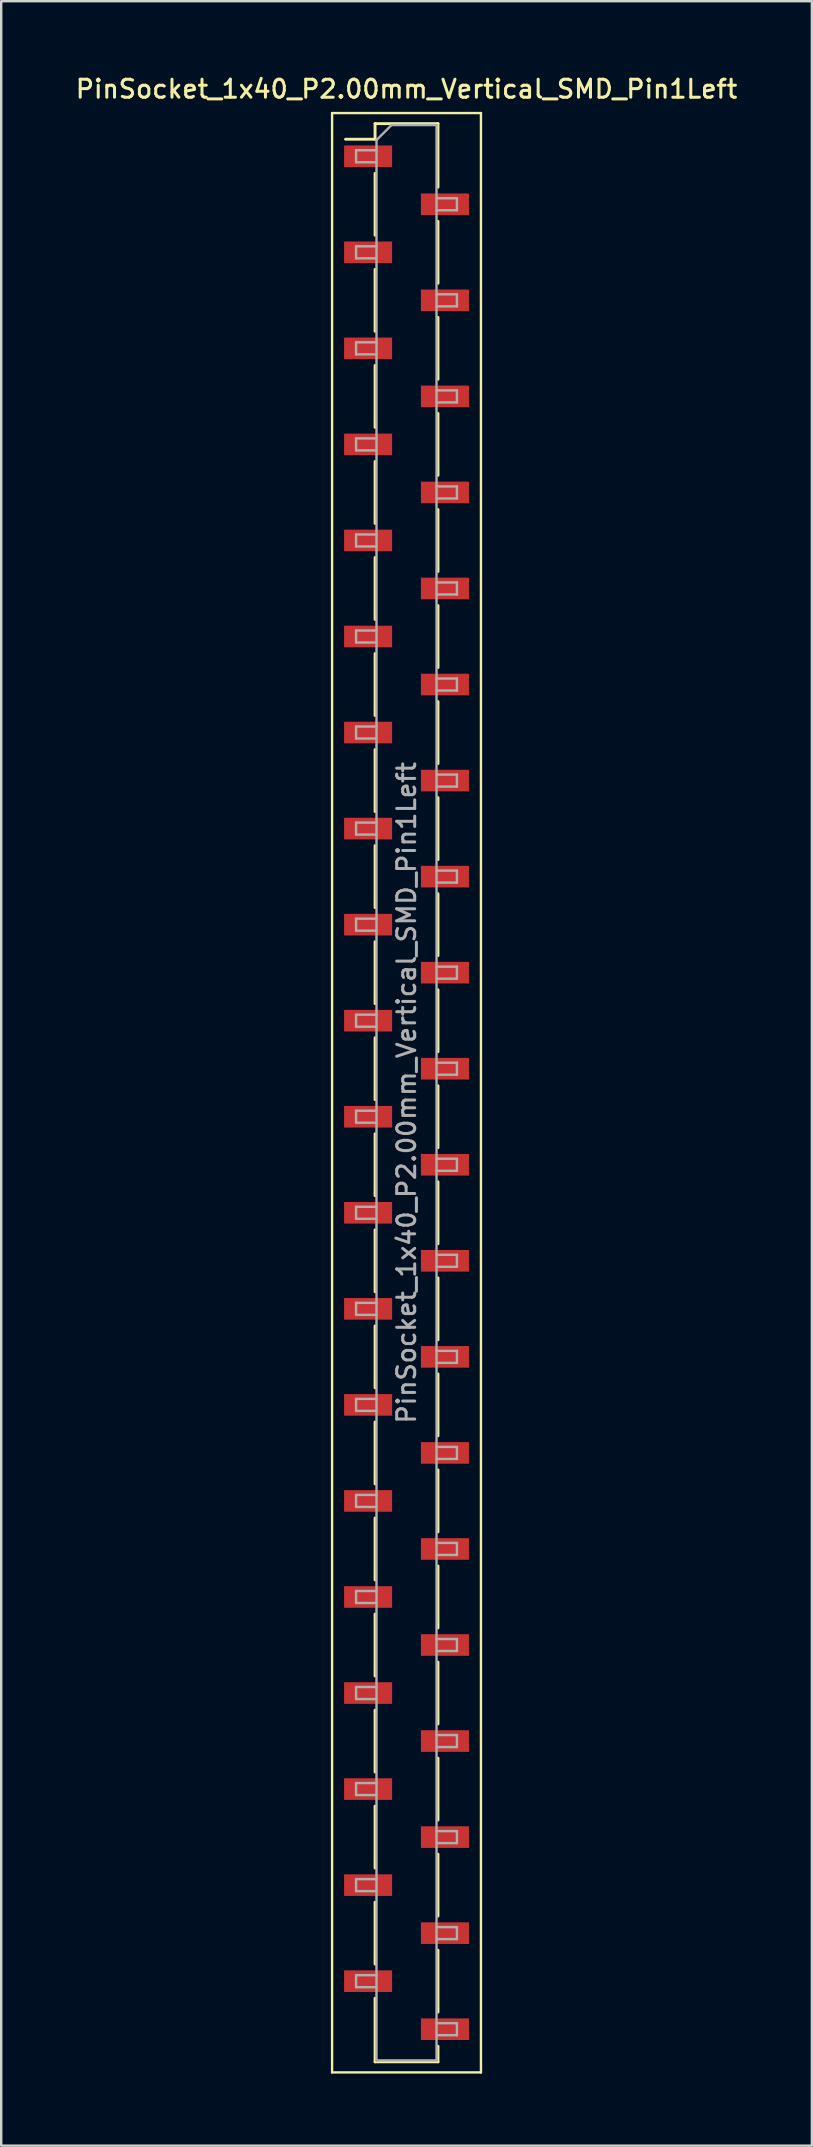
<source format=kicad_pcb>
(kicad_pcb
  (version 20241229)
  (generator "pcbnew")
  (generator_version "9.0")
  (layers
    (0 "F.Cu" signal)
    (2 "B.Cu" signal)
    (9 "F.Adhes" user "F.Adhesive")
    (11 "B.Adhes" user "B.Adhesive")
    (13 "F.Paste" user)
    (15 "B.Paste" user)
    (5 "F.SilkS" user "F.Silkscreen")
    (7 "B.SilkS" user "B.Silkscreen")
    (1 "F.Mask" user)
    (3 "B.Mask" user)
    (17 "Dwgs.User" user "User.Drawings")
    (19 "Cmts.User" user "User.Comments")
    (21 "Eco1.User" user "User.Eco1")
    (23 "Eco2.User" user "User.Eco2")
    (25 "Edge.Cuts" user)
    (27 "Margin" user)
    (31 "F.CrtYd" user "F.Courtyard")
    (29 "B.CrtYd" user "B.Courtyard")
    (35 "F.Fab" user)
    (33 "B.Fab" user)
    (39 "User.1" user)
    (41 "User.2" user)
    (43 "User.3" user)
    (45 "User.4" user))
  (footprint "PinSocket_1x40_P2.00mm_Vertical_SMD_Pin1Left"
    (layer "F.Cu")
    (at 13.88 42.458)
    (property "Reference" "PinSocket_1x40_P2.00mm_Vertical_SMD_Pin1Left" (at 0 -41.8 0) (layer "F.SilkS") (effects (font (size 0.75 0.75) (thickness 0.125))))
    (attr smd)
    (fp_line (start -3.1 -40.8) (end 3.1 -40.8) (stroke (width 0.1) (type solid)) (layer "F.SilkS"))
    (fp_line (start -3.1 40.8) (end -3.1 -40.8) (stroke (width 0.1) (type solid)) (layer "F.SilkS"))
    (fp_line (start -2.54 -39.71) (end -1.31 -39.71) (stroke (width 0.12) (type solid)) (layer "F.SilkS"))
    (fp_line (start -1.31 -40.36) (end -1.31 -39.71) (stroke (width 0.12) (type solid)) (layer "F.SilkS"))
    (fp_line (start -1.31 -40.36) (end 1.31 -40.36) (stroke (width 0.12) (type solid)) (layer "F.SilkS"))
    (fp_line (start -1.31 -38.29) (end -1.31 -35.71) (stroke (width 0.12) (type solid)) (layer "F.SilkS"))
    (fp_line (start -1.31 -34.29) (end -1.31 -31.71) (stroke (width 0.12) (type solid)) (layer "F.SilkS"))
    (fp_line (start -1.31 -30.29) (end -1.31 -27.71) (stroke (width 0.12) (type solid)) (layer "F.SilkS"))
    (fp_line (start -1.31 -26.29) (end -1.31 -23.71) (stroke (width 0.12) (type solid)) (layer "F.SilkS"))
    (fp_line (start -1.31 -22.29) (end -1.31 -19.71) (stroke (width 0.12) (type solid)) (layer "F.SilkS"))
    (fp_line (start -1.31 -18.29) (end -1.31 -15.71) (stroke (width 0.12) (type solid)) (layer "F.SilkS"))
    (fp_line (start -1.31 -14.29) (end -1.31 -11.71) (stroke (width 0.12) (type solid)) (layer "F.SilkS"))
    (fp_line (start -1.31 -10.29) (end -1.31 -7.71) (stroke (width 0.12) (type solid)) (layer "F.SilkS"))
    (fp_line (start -1.31 -6.29) (end -1.31 -3.71) (stroke (width 0.12) (type solid)) (layer "F.SilkS"))
    (fp_line (start -1.31 -2.29) (end -1.31 0.29) (stroke (width 0.12) (type solid)) (layer "F.SilkS"))
    (fp_line (start -1.31 1.71) (end -1.31 4.29) (stroke (width 0.12) (type solid)) (layer "F.SilkS"))
    (fp_line (start -1.31 5.71) (end -1.31 8.29) (stroke (width 0.12) (type solid)) (layer "F.SilkS"))
    (fp_line (start -1.31 9.71) (end -1.31 12.29) (stroke (width 0.12) (type solid)) (layer "F.SilkS"))
    (fp_line (start -1.31 13.71) (end -1.31 16.29) (stroke (width 0.12) (type solid)) (layer "F.SilkS"))
    (fp_line (start -1.31 17.71) (end -1.31 20.29) (stroke (width 0.12) (type solid)) (layer "F.SilkS"))
    (fp_line (start -1.31 21.71) (end -1.31 24.29) (stroke (width 0.12) (type solid)) (layer "F.SilkS"))
    (fp_line (start -1.31 25.71) (end -1.31 28.29) (stroke (width 0.12) (type solid)) (layer "F.SilkS"))
    (fp_line (start -1.31 29.71) (end -1.31 32.29) (stroke (width 0.12) (type solid)) (layer "F.SilkS"))
    (fp_line (start -1.31 33.71) (end -1.31 36.29) (stroke (width 0.12) (type solid)) (layer "F.SilkS"))
    (fp_line (start -1.31 37.71) (end -1.31 40.36) (stroke (width 0.12) (type solid)) (layer "F.SilkS"))
    (fp_line (start -1.31 40.36) (end 1.31 40.36) (stroke (width 0.12) (type solid)) (layer "F.SilkS"))
    (fp_line (start 1.31 -40.36) (end 1.31 -37.71) (stroke (width 0.12) (type solid)) (layer "F.SilkS"))
    (fp_line (start 1.31 -36.29) (end 1.31 -33.71) (stroke (width 0.12) (type solid)) (layer "F.SilkS"))
    (fp_line (start 1.31 -32.29) (end 1.31 -29.71) (stroke (width 0.12) (type solid)) (layer "F.SilkS"))
    (fp_line (start 1.31 -28.29) (end 1.31 -25.71) (stroke (width 0.12) (type solid)) (layer "F.SilkS"))
    (fp_line (start 1.31 -24.29) (end 1.31 -21.71) (stroke (width 0.12) (type solid)) (layer "F.SilkS"))
    (fp_line (start 1.31 -20.29) (end 1.31 -17.71) (stroke (width 0.12) (type solid)) (layer "F.SilkS"))
    (fp_line (start 1.31 -16.29) (end 1.31 -13.71) (stroke (width 0.12) (type solid)) (layer "F.SilkS"))
    (fp_line (start 1.31 -12.29) (end 1.31 -9.71) (stroke (width 0.12) (type solid)) (layer "F.SilkS"))
    (fp_line (start 1.31 -8.29) (end 1.31 -5.71) (stroke (width 0.12) (type solid)) (layer "F.SilkS"))
    (fp_line (start 1.31 -4.29) (end 1.31 -1.71) (stroke (width 0.12) (type solid)) (layer "F.SilkS"))
    (fp_line (start 1.31 -0.29) (end 1.31 2.29) (stroke (width 0.12) (type solid)) (layer "F.SilkS"))
    (fp_line (start 1.31 3.71) (end 1.31 6.29) (stroke (width 0.12) (type solid)) (layer "F.SilkS"))
    (fp_line (start 1.31 7.71) (end 1.31 10.29) (stroke (width 0.12) (type solid)) (layer "F.SilkS"))
    (fp_line (start 1.31 11.71) (end 1.31 14.29) (stroke (width 0.12) (type solid)) (layer "F.SilkS"))
    (fp_line (start 1.31 15.71) (end 1.31 18.29) (stroke (width 0.12) (type solid)) (layer "F.SilkS"))
    (fp_line (start 1.31 19.71) (end 1.31 22.29) (stroke (width 0.12) (type solid)) (layer "F.SilkS"))
    (fp_line (start 1.31 23.71) (end 1.31 26.29) (stroke (width 0.12) (type solid)) (layer "F.SilkS"))
    (fp_line (start 1.31 27.71) (end 1.31 30.29) (stroke (width 0.12) (type solid)) (layer "F.SilkS"))
    (fp_line (start 1.31 31.71) (end 1.31 34.29) (stroke (width 0.12) (type solid)) (layer "F.SilkS"))
    (fp_line (start 1.31 35.71) (end 1.31 38.29) (stroke (width 0.12) (type solid)) (layer "F.SilkS"))
    (fp_line (start 1.31 39.71) (end 1.31 40.36) (stroke (width 0.12) (type solid)) (layer "F.SilkS"))
    (fp_line (start 3.1 -40.8) (end 3.1 40.8) (stroke (width 0.1) (type solid)) (layer "F.SilkS"))
    (fp_line (start 3.1 40.8) (end -3.1 40.8) (stroke (width 0.1) (type solid)) (layer "F.SilkS"))
    (fp_line (start -2.1 -39.25) (end -1.25 -39.25) (stroke (width 0.1) (type solid)) (layer "F.Fab"))
    (fp_line (start -2.1 -38.75) (end -2.1 -39.25) (stroke (width 0.1) (type solid)) (layer "F.Fab"))
    (fp_line (start -2.1 -35.25) (end -1.25 -35.25) (stroke (width 0.1) (type solid)) (layer "F.Fab"))
    (fp_line (start -2.1 -34.75) (end -2.1 -35.25) (stroke (width 0.1) (type solid)) (layer "F.Fab"))
    (fp_line (start -2.1 -31.25) (end -1.25 -31.25) (stroke (width 0.1) (type solid)) (layer "F.Fab"))
    (fp_line (start -2.1 -30.75) (end -2.1 -31.25) (stroke (width 0.1) (type solid)) (layer "F.Fab"))
    (fp_line (start -2.1 -27.25) (end -1.25 -27.25) (stroke (width 0.1) (type solid)) (layer "F.Fab"))
    (fp_line (start -2.1 -26.75) (end -2.1 -27.25) (stroke (width 0.1) (type solid)) (layer "F.Fab"))
    (fp_line (start -2.1 -23.25) (end -1.25 -23.25) (stroke (width 0.1) (type solid)) (layer "F.Fab"))
    (fp_line (start -2.1 -22.75) (end -2.1 -23.25) (stroke (width 0.1) (type solid)) (layer "F.Fab"))
    (fp_line (start -2.1 -19.25) (end -1.25 -19.25) (stroke (width 0.1) (type solid)) (layer "F.Fab"))
    (fp_line (start -2.1 -18.75) (end -2.1 -19.25) (stroke (width 0.1) (type solid)) (layer "F.Fab"))
    (fp_line (start -2.1 -15.25) (end -1.25 -15.25) (stroke (width 0.1) (type solid)) (layer "F.Fab"))
    (fp_line (start -2.1 -14.75) (end -2.1 -15.25) (stroke (width 0.1) (type solid)) (layer "F.Fab"))
    (fp_line (start -2.1 -11.25) (end -1.25 -11.25) (stroke (width 0.1) (type solid)) (layer "F.Fab"))
    (fp_line (start -2.1 -10.75) (end -2.1 -11.25) (stroke (width 0.1) (type solid)) (layer "F.Fab"))
    (fp_line (start -2.1 -7.25) (end -1.25 -7.25) (stroke (width 0.1) (type solid)) (layer "F.Fab"))
    (fp_line (start -2.1 -6.75) (end -2.1 -7.25) (stroke (width 0.1) (type solid)) (layer "F.Fab"))
    (fp_line (start -2.1 -3.25) (end -1.25 -3.25) (stroke (width 0.1) (type solid)) (layer "F.Fab"))
    (fp_line (start -2.1 -2.75) (end -2.1 -3.25) (stroke (width 0.1) (type solid)) (layer "F.Fab"))
    (fp_line (start -2.1 0.75) (end -1.25 0.75) (stroke (width 0.1) (type solid)) (layer "F.Fab"))
    (fp_line (start -2.1 1.25) (end -2.1 0.75) (stroke (width 0.1) (type solid)) (layer "F.Fab"))
    (fp_line (start -2.1 4.75) (end -1.25 4.75) (stroke (width 0.1) (type solid)) (layer "F.Fab"))
    (fp_line (start -2.1 5.25) (end -2.1 4.75) (stroke (width 0.1) (type solid)) (layer "F.Fab"))
    (fp_line (start -2.1 8.75) (end -1.25 8.75) (stroke (width 0.1) (type solid)) (layer "F.Fab"))
    (fp_line (start -2.1 9.25) (end -2.1 8.75) (stroke (width 0.1) (type solid)) (layer "F.Fab"))
    (fp_line (start -2.1 12.75) (end -1.25 12.75) (stroke (width 0.1) (type solid)) (layer "F.Fab"))
    (fp_line (start -2.1 13.25) (end -2.1 12.75) (stroke (width 0.1) (type solid)) (layer "F.Fab"))
    (fp_line (start -2.1 16.75) (end -1.25 16.75) (stroke (width 0.1) (type solid)) (layer "F.Fab"))
    (fp_line (start -2.1 17.25) (end -2.1 16.75) (stroke (width 0.1) (type solid)) (layer "F.Fab"))
    (fp_line (start -2.1 20.75) (end -1.25 20.75) (stroke (width 0.1) (type solid)) (layer "F.Fab"))
    (fp_line (start -2.1 21.25) (end -2.1 20.75) (stroke (width 0.1) (type solid)) (layer "F.Fab"))
    (fp_line (start -2.1 24.75) (end -1.25 24.75) (stroke (width 0.1) (type solid)) (layer "F.Fab"))
    (fp_line (start -2.1 25.25) (end -2.1 24.75) (stroke (width 0.1) (type solid)) (layer "F.Fab"))
    (fp_line (start -2.1 28.75) (end -1.25 28.75) (stroke (width 0.1) (type solid)) (layer "F.Fab"))
    (fp_line (start -2.1 29.25) (end -2.1 28.75) (stroke (width 0.1) (type solid)) (layer "F.Fab"))
    (fp_line (start -2.1 32.75) (end -1.25 32.75) (stroke (width 0.1) (type solid)) (layer "F.Fab"))
    (fp_line (start -2.1 33.25) (end -2.1 32.75) (stroke (width 0.1) (type solid)) (layer "F.Fab"))
    (fp_line (start -2.1 36.75) (end -1.25 36.75) (stroke (width 0.1) (type solid)) (layer "F.Fab"))
    (fp_line (start -2.1 37.25) (end -2.1 36.75) (stroke (width 0.1) (type solid)) (layer "F.Fab"))
    (fp_line (start -1.25 -39.675) (end -0.625 -40.3) (stroke (width 0.1) (type solid)) (layer "F.Fab"))
    (fp_line (start -1.25 -38.75) (end -2.1 -38.75) (stroke (width 0.1) (type solid)) (layer "F.Fab"))
    (fp_line (start -1.25 -34.75) (end -2.1 -34.75) (stroke (width 0.1) (type solid)) (layer "F.Fab"))
    (fp_line (start -1.25 -30.75) (end -2.1 -30.75) (stroke (width 0.1) (type solid)) (layer "F.Fab"))
    (fp_line (start -1.25 -26.75) (end -2.1 -26.75) (stroke (width 0.1) (type solid)) (layer "F.Fab"))
    (fp_line (start -1.25 -22.75) (end -2.1 -22.75) (stroke (width 0.1) (type solid)) (layer "F.Fab"))
    (fp_line (start -1.25 -18.75) (end -2.1 -18.75) (stroke (width 0.1) (type solid)) (layer "F.Fab"))
    (fp_line (start -1.25 -14.75) (end -2.1 -14.75) (stroke (width 0.1) (type solid)) (layer "F.Fab"))
    (fp_line (start -1.25 -10.75) (end -2.1 -10.75) (stroke (width 0.1) (type solid)) (layer "F.Fab"))
    (fp_line (start -1.25 -6.75) (end -2.1 -6.75) (stroke (width 0.1) (type solid)) (layer "F.Fab"))
    (fp_line (start -1.25 -2.75) (end -2.1 -2.75) (stroke (width 0.1) (type solid)) (layer "F.Fab"))
    (fp_line (start -1.25 1.25) (end -2.1 1.25) (stroke (width 0.1) (type solid)) (layer "F.Fab"))
    (fp_line (start -1.25 5.25) (end -2.1 5.25) (stroke (width 0.1) (type solid)) (layer "F.Fab"))
    (fp_line (start -1.25 9.25) (end -2.1 9.25) (stroke (width 0.1) (type solid)) (layer "F.Fab"))
    (fp_line (start -1.25 13.25) (end -2.1 13.25) (stroke (width 0.1) (type solid)) (layer "F.Fab"))
    (fp_line (start -1.25 17.25) (end -2.1 17.25) (stroke (width 0.1) (type solid)) (layer "F.Fab"))
    (fp_line (start -1.25 21.25) (end -2.1 21.25) (stroke (width 0.1) (type solid)) (layer "F.Fab"))
    (fp_line (start -1.25 25.25) (end -2.1 25.25) (stroke (width 0.1) (type solid)) (layer "F.Fab"))
    (fp_line (start -1.25 29.25) (end -2.1 29.25) (stroke (width 0.1) (type solid)) (layer "F.Fab"))
    (fp_line (start -1.25 33.25) (end -2.1 33.25) (stroke (width 0.1) (type solid)) (layer "F.Fab"))
    (fp_line (start -1.25 37.25) (end -2.1 37.25) (stroke (width 0.1) (type solid)) (layer "F.Fab"))
    (fp_line (start -1.25 40.3) (end -1.25 -39.675) (stroke (width 0.1) (type solid)) (layer "F.Fab"))
    (fp_line (start -0.625 -40.3) (end 1.25 -40.3) (stroke (width 0.1) (type solid)) (layer "F.Fab"))
    (fp_line (start 1.25 -40.3) (end 1.25 40.3) (stroke (width 0.1) (type solid)) (layer "F.Fab"))
    (fp_line (start 1.25 -37.25) (end 2.1 -37.25) (stroke (width 0.1) (type solid)) (layer "F.Fab"))
    (fp_line (start 1.25 -33.25) (end 2.1 -33.25) (stroke (width 0.1) (type solid)) (layer "F.Fab"))
    (fp_line (start 1.25 -29.25) (end 2.1 -29.25) (stroke (width 0.1) (type solid)) (layer "F.Fab"))
    (fp_line (start 1.25 -25.25) (end 2.1 -25.25) (stroke (width 0.1) (type solid)) (layer "F.Fab"))
    (fp_line (start 1.25 -21.25) (end 2.1 -21.25) (stroke (width 0.1) (type solid)) (layer "F.Fab"))
    (fp_line (start 1.25 -17.25) (end 2.1 -17.25) (stroke (width 0.1) (type solid)) (layer "F.Fab"))
    (fp_line (start 1.25 -13.25) (end 2.1 -13.25) (stroke (width 0.1) (type solid)) (layer "F.Fab"))
    (fp_line (start 1.25 -9.25) (end 2.1 -9.25) (stroke (width 0.1) (type solid)) (layer "F.Fab"))
    (fp_line (start 1.25 -5.25) (end 2.1 -5.25) (stroke (width 0.1) (type solid)) (layer "F.Fab"))
    (fp_line (start 1.25 -1.25) (end 2.1 -1.25) (stroke (width 0.1) (type solid)) (layer "F.Fab"))
    (fp_line (start 1.25 2.75) (end 2.1 2.75) (stroke (width 0.1) (type solid)) (layer "F.Fab"))
    (fp_line (start 1.25 6.75) (end 2.1 6.75) (stroke (width 0.1) (type solid)) (layer "F.Fab"))
    (fp_line (start 1.25 10.75) (end 2.1 10.75) (stroke (width 0.1) (type solid)) (layer "F.Fab"))
    (fp_line (start 1.25 14.75) (end 2.1 14.75) (stroke (width 0.1) (type solid)) (layer "F.Fab"))
    (fp_line (start 1.25 18.75) (end 2.1 18.75) (stroke (width 0.1) (type solid)) (layer "F.Fab"))
    (fp_line (start 1.25 22.75) (end 2.1 22.75) (stroke (width 0.1) (type solid)) (layer "F.Fab"))
    (fp_line (start 1.25 26.75) (end 2.1 26.75) (stroke (width 0.1) (type solid)) (layer "F.Fab"))
    (fp_line (start 1.25 30.75) (end 2.1 30.75) (stroke (width 0.1) (type solid)) (layer "F.Fab"))
    (fp_line (start 1.25 34.75) (end 2.1 34.75) (stroke (width 0.1) (type solid)) (layer "F.Fab"))
    (fp_line (start 1.25 38.75) (end 2.1 38.75) (stroke (width 0.1) (type solid)) (layer "F.Fab"))
    (fp_line (start 1.25 40.3) (end -1.25 40.3) (stroke (width 0.1) (type solid)) (layer "F.Fab"))
    (fp_line (start 2.1 -37.25) (end 2.1 -36.75) (stroke (width 0.1) (type solid)) (layer "F.Fab"))
    (fp_line (start 2.1 -36.75) (end 1.25 -36.75) (stroke (width 0.1) (type solid)) (layer "F.Fab"))
    (fp_line (start 2.1 -33.25) (end 2.1 -32.75) (stroke (width 0.1) (type solid)) (layer "F.Fab"))
    (fp_line (start 2.1 -32.75) (end 1.25 -32.75) (stroke (width 0.1) (type solid)) (layer "F.Fab"))
    (fp_line (start 2.1 -29.25) (end 2.1 -28.75) (stroke (width 0.1) (type solid)) (layer "F.Fab"))
    (fp_line (start 2.1 -28.75) (end 1.25 -28.75) (stroke (width 0.1) (type solid)) (layer "F.Fab"))
    (fp_line (start 2.1 -25.25) (end 2.1 -24.75) (stroke (width 0.1) (type solid)) (layer "F.Fab"))
    (fp_line (start 2.1 -24.75) (end 1.25 -24.75) (stroke (width 0.1) (type solid)) (layer "F.Fab"))
    (fp_line (start 2.1 -21.25) (end 2.1 -20.75) (stroke (width 0.1) (type solid)) (layer "F.Fab"))
    (fp_line (start 2.1 -20.75) (end 1.25 -20.75) (stroke (width 0.1) (type solid)) (layer "F.Fab"))
    (fp_line (start 2.1 -17.25) (end 2.1 -16.75) (stroke (width 0.1) (type solid)) (layer "F.Fab"))
    (fp_line (start 2.1 -16.75) (end 1.25 -16.75) (stroke (width 0.1) (type solid)) (layer "F.Fab"))
    (fp_line (start 2.1 -13.25) (end 2.1 -12.75) (stroke (width 0.1) (type solid)) (layer "F.Fab"))
    (fp_line (start 2.1 -12.75) (end 1.25 -12.75) (stroke (width 0.1) (type solid)) (layer "F.Fab"))
    (fp_line (start 2.1 -9.25) (end 2.1 -8.75) (stroke (width 0.1) (type solid)) (layer "F.Fab"))
    (fp_line (start 2.1 -8.75) (end 1.25 -8.75) (stroke (width 0.1) (type solid)) (layer "F.Fab"))
    (fp_line (start 2.1 -5.25) (end 2.1 -4.75) (stroke (width 0.1) (type solid)) (layer "F.Fab"))
    (fp_line (start 2.1 -4.75) (end 1.25 -4.75) (stroke (width 0.1) (type solid)) (layer "F.Fab"))
    (fp_line (start 2.1 -1.25) (end 2.1 -0.75) (stroke (width 0.1) (type solid)) (layer "F.Fab"))
    (fp_line (start 2.1 -0.75) (end 1.25 -0.75) (stroke (width 0.1) (type solid)) (layer "F.Fab"))
    (fp_line (start 2.1 2.75) (end 2.1 3.25) (stroke (width 0.1) (type solid)) (layer "F.Fab"))
    (fp_line (start 2.1 3.25) (end 1.25 3.25) (stroke (width 0.1) (type solid)) (layer "F.Fab"))
    (fp_line (start 2.1 6.75) (end 2.1 7.25) (stroke (width 0.1) (type solid)) (layer "F.Fab"))
    (fp_line (start 2.1 7.25) (end 1.25 7.25) (stroke (width 0.1) (type solid)) (layer "F.Fab"))
    (fp_line (start 2.1 10.75) (end 2.1 11.25) (stroke (width 0.1) (type solid)) (layer "F.Fab"))
    (fp_line (start 2.1 11.25) (end 1.25 11.25) (stroke (width 0.1) (type solid)) (layer "F.Fab"))
    (fp_line (start 2.1 14.75) (end 2.1 15.25) (stroke (width 0.1) (type solid)) (layer "F.Fab"))
    (fp_line (start 2.1 15.25) (end 1.25 15.25) (stroke (width 0.1) (type solid)) (layer "F.Fab"))
    (fp_line (start 2.1 18.75) (end 2.1 19.25) (stroke (width 0.1) (type solid)) (layer "F.Fab"))
    (fp_line (start 2.1 19.25) (end 1.25 19.25) (stroke (width 0.1) (type solid)) (layer "F.Fab"))
    (fp_line (start 2.1 22.75) (end 2.1 23.25) (stroke (width 0.1) (type solid)) (layer "F.Fab"))
    (fp_line (start 2.1 23.25) (end 1.25 23.25) (stroke (width 0.1) (type solid)) (layer "F.Fab"))
    (fp_line (start 2.1 26.75) (end 2.1 27.25) (stroke (width 0.1) (type solid)) (layer "F.Fab"))
    (fp_line (start 2.1 27.25) (end 1.25 27.25) (stroke (width 0.1) (type solid)) (layer "F.Fab"))
    (fp_line (start 2.1 30.75) (end 2.1 31.25) (stroke (width 0.1) (type solid)) (layer "F.Fab"))
    (fp_line (start 2.1 31.25) (end 1.25 31.25) (stroke (width 0.1) (type solid)) (layer "F.Fab"))
    (fp_line (start 2.1 34.75) (end 2.1 35.25) (stroke (width 0.1) (type solid)) (layer "F.Fab"))
    (fp_line (start 2.1 35.25) (end 1.25 35.25) (stroke (width 0.1) (type solid)) (layer "F.Fab"))
    (fp_line (start 2.1 38.75) (end 2.1 39.25) (stroke (width 0.1) (type solid)) (layer "F.Fab"))
    (fp_line (start 2.1 39.25) (end 1.25 39.25) (stroke (width 0.1) (type solid)) (layer "F.Fab"))
    (fp_text user "${REFERENCE}" (at 0 0 90) (layer "F.Fab") (effects (font (size 0.75 0.75) (thickness 0.125))))
    (pad "1" smd rect (at -1.6 -39) (size 2 0.9) (layers "F.Cu" "F.Mask" "F.Paste"))
    (pad "2" smd rect (at 1.6 -37) (size 2 0.9) (layers "F.Cu" "F.Mask" "F.Paste"))
    (pad "3" smd rect (at -1.6 -35) (size 2 0.9) (layers "F.Cu" "F.Mask" "F.Paste"))
    (pad "4" smd rect (at 1.6 -33) (size 2 0.9) (layers "F.Cu" "F.Mask" "F.Paste"))
    (pad "5" smd rect (at -1.6 -31) (size 2 0.9) (layers "F.Cu" "F.Mask" "F.Paste"))
    (pad "6" smd rect (at 1.6 -29) (size 2 0.9) (layers "F.Cu" "F.Mask" "F.Paste"))
    (pad "7" smd rect (at -1.6 -27) (size 2 0.9) (layers "F.Cu" "F.Mask" "F.Paste"))
    (pad "8" smd rect (at 1.6 -25) (size 2 0.9) (layers "F.Cu" "F.Mask" "F.Paste"))
    (pad "9" smd rect (at -1.6 -23) (size 2 0.9) (layers "F.Cu" "F.Mask" "F.Paste"))
    (pad "10" smd rect (at 1.6 -21) (size 2 0.9) (layers "F.Cu" "F.Mask" "F.Paste"))
    (pad "11" smd rect (at -1.6 -19) (size 2 0.9) (layers "F.Cu" "F.Mask" "F.Paste"))
    (pad "12" smd rect (at 1.6 -17) (size 2 0.9) (layers "F.Cu" "F.Mask" "F.Paste"))
    (pad "13" smd rect (at -1.6 -15) (size 2 0.9) (layers "F.Cu" "F.Mask" "F.Paste"))
    (pad "14" smd rect (at 1.6 -13) (size 2 0.9) (layers "F.Cu" "F.Mask" "F.Paste"))
    (pad "15" smd rect (at -1.6 -11) (size 2 0.9) (layers "F.Cu" "F.Mask" "F.Paste"))
    (pad "16" smd rect (at 1.6 -9) (size 2 0.9) (layers "F.Cu" "F.Mask" "F.Paste"))
    (pad "17" smd rect (at -1.6 -7) (size 2 0.9) (layers "F.Cu" "F.Mask" "F.Paste"))
    (pad "18" smd rect (at 1.6 -5) (size 2 0.9) (layers "F.Cu" "F.Mask" "F.Paste"))
    (pad "19" smd rect (at -1.6 -3) (size 2 0.9) (layers "F.Cu" "F.Mask" "F.Paste"))
    (pad "20" smd rect (at 1.6 -1) (size 2 0.9) (layers "F.Cu" "F.Mask" "F.Paste"))
    (pad "21" smd rect (at -1.6 1) (size 2 0.9) (layers "F.Cu" "F.Mask" "F.Paste"))
    (pad "22" smd rect (at 1.6 3) (size 2 0.9) (layers "F.Cu" "F.Mask" "F.Paste"))
    (pad "23" smd rect (at -1.6 5) (size 2 0.9) (layers "F.Cu" "F.Mask" "F.Paste"))
    (pad "24" smd rect (at 1.6 7) (size 2 0.9) (layers "F.Cu" "F.Mask" "F.Paste"))
    (pad "25" smd rect (at -1.6 9) (size 2 0.9) (layers "F.Cu" "F.Mask" "F.Paste"))
    (pad "26" smd rect (at 1.6 11) (size 2 0.9) (layers "F.Cu" "F.Mask" "F.Paste"))
    (pad "27" smd rect (at -1.6 13) (size 2 0.9) (layers "F.Cu" "F.Mask" "F.Paste"))
    (pad "28" smd rect (at 1.6 15) (size 2 0.9) (layers "F.Cu" "F.Mask" "F.Paste"))
    (pad "29" smd rect (at -1.6 17) (size 2 0.9) (layers "F.Cu" "F.Mask" "F.Paste"))
    (pad "30" smd rect (at 1.6 19) (size 2 0.9) (layers "F.Cu" "F.Mask" "F.Paste"))
    (pad "31" smd rect (at -1.6 21) (size 2 0.9) (layers "F.Cu" "F.Mask" "F.Paste"))
    (pad "32" smd rect (at 1.6 23) (size 2 0.9) (layers "F.Cu" "F.Mask" "F.Paste"))
    (pad "33" smd rect (at -1.6 25) (size 2 0.9) (layers "F.Cu" "F.Mask" "F.Paste"))
    (pad "34" smd rect (at 1.6 27) (size 2 0.9) (layers "F.Cu" "F.Mask" "F.Paste"))
    (pad "35" smd rect (at -1.6 29) (size 2 0.9) (layers "F.Cu" "F.Mask" "F.Paste"))
    (pad "36" smd rect (at 1.6 31) (size 2 0.9) (layers "F.Cu" "F.Mask" "F.Paste"))
    (pad "37" smd rect (at -1.6 33) (size 2 0.9) (layers "F.Cu" "F.Mask" "F.Paste"))
    (pad "38" smd rect (at 1.6 35) (size 2 0.9) (layers "F.Cu" "F.Mask" "F.Paste"))
    (pad "39" smd rect (at -1.6 37) (size 2 0.9) (layers "F.Cu" "F.Mask" "F.Paste"))
    (pad "40" smd rect (at 1.6 39) (size 2 0.9) (layers "F.Cu" "F.Mask" "F.Paste")))
  (gr_rect
    (start -3 -3)
    (end 30.761 86.308)
    (stroke (width 0.1) (type default))
    (fill no)
    (layer "Edge.Cuts")))
</source>
